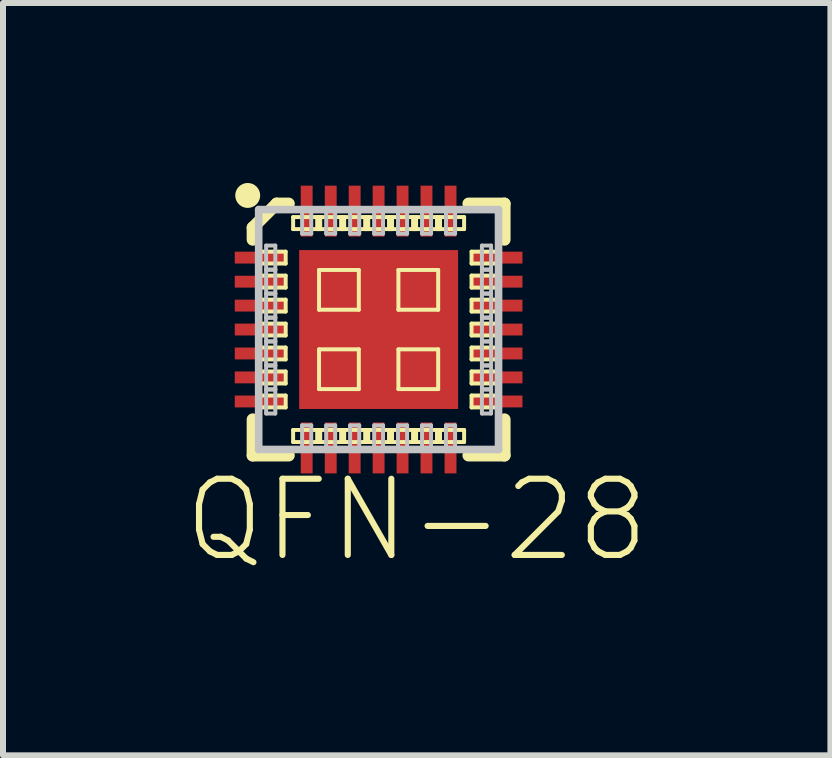
<source format=kicad_pcb>
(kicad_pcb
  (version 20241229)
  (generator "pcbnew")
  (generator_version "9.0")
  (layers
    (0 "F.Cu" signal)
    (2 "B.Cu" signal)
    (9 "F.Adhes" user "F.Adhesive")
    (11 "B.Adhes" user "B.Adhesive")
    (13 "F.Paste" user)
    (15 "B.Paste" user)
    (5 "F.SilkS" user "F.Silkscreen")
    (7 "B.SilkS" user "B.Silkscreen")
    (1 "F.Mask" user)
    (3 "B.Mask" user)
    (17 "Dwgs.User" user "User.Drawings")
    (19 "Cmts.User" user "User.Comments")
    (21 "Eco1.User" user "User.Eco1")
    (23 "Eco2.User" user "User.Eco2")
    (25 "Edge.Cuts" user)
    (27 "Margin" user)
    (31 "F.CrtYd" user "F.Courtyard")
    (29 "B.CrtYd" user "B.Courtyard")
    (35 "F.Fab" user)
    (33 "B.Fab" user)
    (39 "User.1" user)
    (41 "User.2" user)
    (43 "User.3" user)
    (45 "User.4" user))
  (footprint "QFN-28"
    (layer "F.Cu")
    (at 3.261 2.443)
    (property "Reference" "QFN-28" (at 0.635 3.175 0) (layer "F.SilkS") (effects (font (size 1.27 1.27) (thickness 0.102))))
    (attr smd)
    (fp_line (start -2.098 -1.699) (end -2.098 -1.499) (stroke (width 0.203) (type solid)) (layer "F.SilkS"))
    (fp_line (start -2.098 -1.699) (end -1.699 -2.098) (stroke (width 0.203) (type solid)) (layer "F.SilkS"))
    (fp_line (start -2.098 2.098) (end -2.098 1.499) (stroke (width 0.203) (type solid)) (layer "F.SilkS"))
    (fp_line (start -2.098 2.098) (end -1.499 2.098) (stroke (width 0.203) (type solid)) (layer "F.SilkS"))
    (fp_line (start -1.999 -1.298) (end -1.549 -1.298) (stroke (width 0.066) (type solid)) (layer "F.SilkS"))
    (fp_line (start -1.999 -1.1) (end -1.999 -1.298) (stroke (width 0.066) (type solid)) (layer "F.SilkS"))
    (fp_line (start -1.999 -1.1) (end -1.549 -1.1) (stroke (width 0.066) (type solid)) (layer "F.SilkS"))
    (fp_line (start -1.999 -0.899) (end -1.549 -0.899) (stroke (width 0.066) (type solid)) (layer "F.SilkS"))
    (fp_line (start -1.999 -0.699) (end -1.999 -0.899) (stroke (width 0.066) (type solid)) (layer "F.SilkS"))
    (fp_line (start -1.999 -0.699) (end -1.549 -0.699) (stroke (width 0.066) (type solid)) (layer "F.SilkS"))
    (fp_line (start -1.999 -0.498) (end -1.549 -0.498) (stroke (width 0.066) (type solid)) (layer "F.SilkS"))
    (fp_line (start -1.999 -0.3) (end -1.999 -0.498) (stroke (width 0.066) (type solid)) (layer "F.SilkS"))
    (fp_line (start -1.999 -0.3) (end -1.549 -0.3) (stroke (width 0.066) (type solid)) (layer "F.SilkS"))
    (fp_line (start -1.999 -0.099) (end -1.549 -0.099) (stroke (width 0.066) (type solid)) (layer "F.SilkS"))
    (fp_line (start -1.999 0.099) (end -1.999 -0.099) (stroke (width 0.066) (type solid)) (layer "F.SilkS"))
    (fp_line (start -1.999 0.099) (end -1.549 0.099) (stroke (width 0.066) (type solid)) (layer "F.SilkS"))
    (fp_line (start -1.999 0.3) (end -1.549 0.3) (stroke (width 0.066) (type solid)) (layer "F.SilkS"))
    (fp_line (start -1.999 0.498) (end -1.999 0.3) (stroke (width 0.066) (type solid)) (layer "F.SilkS"))
    (fp_line (start -1.999 0.498) (end -1.549 0.498) (stroke (width 0.066) (type solid)) (layer "F.SilkS"))
    (fp_line (start -1.999 0.699) (end -1.549 0.699) (stroke (width 0.066) (type solid)) (layer "F.SilkS"))
    (fp_line (start -1.999 0.899) (end -1.999 0.699) (stroke (width 0.066) (type solid)) (layer "F.SilkS"))
    (fp_line (start -1.999 0.899) (end -1.549 0.899) (stroke (width 0.066) (type solid)) (layer "F.SilkS"))
    (fp_line (start -1.999 1.1) (end -1.549 1.1) (stroke (width 0.066) (type solid)) (layer "F.SilkS"))
    (fp_line (start -1.999 1.298) (end -1.999 1.1) (stroke (width 0.066) (type solid)) (layer "F.SilkS"))
    (fp_line (start -1.999 1.298) (end -1.549 1.298) (stroke (width 0.066) (type solid)) (layer "F.SilkS"))
    (fp_line (start -1.699 -2.098) (end -1.499 -2.098) (stroke (width 0.203) (type solid)) (layer "F.SilkS"))
    (fp_line (start -1.549 -1.1) (end -1.549 -1.298) (stroke (width 0.066) (type solid)) (layer "F.SilkS"))
    (fp_line (start -1.549 -0.699) (end -1.549 -0.899) (stroke (width 0.066) (type solid)) (layer "F.SilkS"))
    (fp_line (start -1.549 -0.3) (end -1.549 -0.498) (stroke (width 0.066) (type solid)) (layer "F.SilkS"))
    (fp_line (start -1.549 0.099) (end -1.549 -0.099) (stroke (width 0.066) (type solid)) (layer "F.SilkS"))
    (fp_line (start -1.549 0.498) (end -1.549 0.3) (stroke (width 0.066) (type solid)) (layer "F.SilkS"))
    (fp_line (start -1.549 0.899) (end -1.549 0.699) (stroke (width 0.066) (type solid)) (layer "F.SilkS"))
    (fp_line (start -1.549 1.298) (end -1.549 1.1) (stroke (width 0.066) (type solid)) (layer "F.SilkS"))
    (fp_line (start -1.425 -1.875) (end -0.973 -1.875) (stroke (width 0.066) (type solid)) (layer "F.SilkS"))
    (fp_line (start -1.425 -1.674) (end -1.425 -1.875) (stroke (width 0.066) (type solid)) (layer "F.SilkS"))
    (fp_line (start -1.425 -1.674) (end -0.973 -1.674) (stroke (width 0.066) (type solid)) (layer "F.SilkS"))
    (fp_line (start -1.425 1.674) (end -0.973 1.674) (stroke (width 0.066) (type solid)) (layer "F.SilkS"))
    (fp_line (start -1.425 1.875) (end -1.425 1.674) (stroke (width 0.066) (type solid)) (layer "F.SilkS"))
    (fp_line (start -1.425 1.875) (end -0.973 1.875) (stroke (width 0.066) (type solid)) (layer "F.SilkS"))
    (fp_line (start -1.024 -1.875) (end -0.574 -1.875) (stroke (width 0.066) (type solid)) (layer "F.SilkS"))
    (fp_line (start -1.024 -1.674) (end -1.024 -1.875) (stroke (width 0.066) (type solid)) (layer "F.SilkS"))
    (fp_line (start -1.024 -1.674) (end -0.574 -1.674) (stroke (width 0.066) (type solid)) (layer "F.SilkS"))
    (fp_line (start -1.024 1.674) (end -0.574 1.674) (stroke (width 0.066) (type solid)) (layer "F.SilkS"))
    (fp_line (start -1.024 1.875) (end -1.024 1.674) (stroke (width 0.066) (type solid)) (layer "F.SilkS"))
    (fp_line (start -1.024 1.875) (end -0.574 1.875) (stroke (width 0.066) (type solid)) (layer "F.SilkS"))
    (fp_line (start -0.993 -0.993) (end -0.33 -0.993) (stroke (width 0.066) (type solid)) (layer "F.SilkS"))
    (fp_line (start -0.993 -0.33) (end -0.993 -0.993) (stroke (width 0.066) (type solid)) (layer "F.SilkS"))
    (fp_line (start -0.993 -0.33) (end -0.33 -0.33) (stroke (width 0.066) (type solid)) (layer "F.SilkS"))
    (fp_line (start -0.993 0.33) (end -0.33 0.33) (stroke (width 0.066) (type solid)) (layer "F.SilkS"))
    (fp_line (start -0.993 0.993) (end -0.993 0.33) (stroke (width 0.066) (type solid)) (layer "F.SilkS"))
    (fp_line (start -0.993 0.993) (end -0.33 0.993) (stroke (width 0.066) (type solid)) (layer "F.SilkS"))
    (fp_line (start -0.973 -1.674) (end -0.973 -1.875) (stroke (width 0.066) (type solid)) (layer "F.SilkS"))
    (fp_line (start -0.973 1.875) (end -0.973 1.674) (stroke (width 0.066) (type solid)) (layer "F.SilkS"))
    (fp_line (start -0.625 -1.875) (end -0.173 -1.875) (stroke (width 0.066) (type solid)) (layer "F.SilkS"))
    (fp_line (start -0.625 -1.674) (end -0.625 -1.875) (stroke (width 0.066) (type solid)) (layer "F.SilkS"))
    (fp_line (start -0.625 -1.674) (end -0.173 -1.674) (stroke (width 0.066) (type solid)) (layer "F.SilkS"))
    (fp_line (start -0.625 1.674) (end -0.173 1.674) (stroke (width 0.066) (type solid)) (layer "F.SilkS"))
    (fp_line (start -0.625 1.875) (end -0.625 1.674) (stroke (width 0.066) (type solid)) (layer "F.SilkS"))
    (fp_line (start -0.625 1.875) (end -0.173 1.875) (stroke (width 0.066) (type solid)) (layer "F.SilkS"))
    (fp_line (start -0.574 -1.674) (end -0.574 -1.875) (stroke (width 0.066) (type solid)) (layer "F.SilkS"))
    (fp_line (start -0.574 1.875) (end -0.574 1.674) (stroke (width 0.066) (type solid)) (layer "F.SilkS"))
    (fp_line (start -0.33 -0.33) (end -0.33 -0.993) (stroke (width 0.066) (type solid)) (layer "F.SilkS"))
    (fp_line (start -0.33 0.993) (end -0.33 0.33) (stroke (width 0.066) (type solid)) (layer "F.SilkS"))
    (fp_line (start -0.224 -1.875) (end 0.224 -1.875) (stroke (width 0.066) (type solid)) (layer "F.SilkS"))
    (fp_line (start -0.224 -1.674) (end -0.224 -1.875) (stroke (width 0.066) (type solid)) (layer "F.SilkS"))
    (fp_line (start -0.224 -1.674) (end 0.224 -1.674) (stroke (width 0.066) (type solid)) (layer "F.SilkS"))
    (fp_line (start -0.224 1.674) (end 0.224 1.674) (stroke (width 0.066) (type solid)) (layer "F.SilkS"))
    (fp_line (start -0.224 1.875) (end -0.224 1.674) (stroke (width 0.066) (type solid)) (layer "F.SilkS"))
    (fp_line (start -0.224 1.875) (end 0.224 1.875) (stroke (width 0.066) (type solid)) (layer "F.SilkS"))
    (fp_line (start -0.173 -1.674) (end -0.173 -1.875) (stroke (width 0.066) (type solid)) (layer "F.SilkS"))
    (fp_line (start -0.173 1.875) (end -0.173 1.674) (stroke (width 0.066) (type solid)) (layer "F.SilkS"))
    (fp_line (start 0.173 -1.875) (end 0.625 -1.875) (stroke (width 0.066) (type solid)) (layer "F.SilkS"))
    (fp_line (start 0.173 -1.674) (end 0.173 -1.875) (stroke (width 0.066) (type solid)) (layer "F.SilkS"))
    (fp_line (start 0.173 -1.674) (end 0.625 -1.674) (stroke (width 0.066) (type solid)) (layer "F.SilkS"))
    (fp_line (start 0.173 1.674) (end 0.625 1.674) (stroke (width 0.066) (type solid)) (layer "F.SilkS"))
    (fp_line (start 0.173 1.875) (end 0.173 1.674) (stroke (width 0.066) (type solid)) (layer "F.SilkS"))
    (fp_line (start 0.173 1.875) (end 0.625 1.875) (stroke (width 0.066) (type solid)) (layer "F.SilkS"))
    (fp_line (start 0.224 -1.674) (end 0.224 -1.875) (stroke (width 0.066) (type solid)) (layer "F.SilkS"))
    (fp_line (start 0.224 1.875) (end 0.224 1.674) (stroke (width 0.066) (type solid)) (layer "F.SilkS"))
    (fp_line (start 0.33 -0.993) (end 0.993 -0.993) (stroke (width 0.066) (type solid)) (layer "F.SilkS"))
    (fp_line (start 0.33 -0.33) (end 0.33 -0.993) (stroke (width 0.066) (type solid)) (layer "F.SilkS"))
    (fp_line (start 0.33 -0.33) (end 0.993 -0.33) (stroke (width 0.066) (type solid)) (layer "F.SilkS"))
    (fp_line (start 0.33 0.33) (end 0.993 0.33) (stroke (width 0.066) (type solid)) (layer "F.SilkS"))
    (fp_line (start 0.33 0.993) (end 0.33 0.33) (stroke (width 0.066) (type solid)) (layer "F.SilkS"))
    (fp_line (start 0.33 0.993) (end 0.993 0.993) (stroke (width 0.066) (type solid)) (layer "F.SilkS"))
    (fp_line (start 0.574 -1.875) (end 1.024 -1.875) (stroke (width 0.066) (type solid)) (layer "F.SilkS"))
    (fp_line (start 0.574 -1.674) (end 0.574 -1.875) (stroke (width 0.066) (type solid)) (layer "F.SilkS"))
    (fp_line (start 0.574 -1.674) (end 1.024 -1.674) (stroke (width 0.066) (type solid)) (layer "F.SilkS"))
    (fp_line (start 0.574 1.674) (end 1.024 1.674) (stroke (width 0.066) (type solid)) (layer "F.SilkS"))
    (fp_line (start 0.574 1.875) (end 0.574 1.674) (stroke (width 0.066) (type solid)) (layer "F.SilkS"))
    (fp_line (start 0.574 1.875) (end 1.024 1.875) (stroke (width 0.066) (type solid)) (layer "F.SilkS"))
    (fp_line (start 0.625 -1.674) (end 0.625 -1.875) (stroke (width 0.066) (type solid)) (layer "F.SilkS"))
    (fp_line (start 0.625 1.875) (end 0.625 1.674) (stroke (width 0.066) (type solid)) (layer "F.SilkS"))
    (fp_line (start 0.973 -1.875) (end 1.425 -1.875) (stroke (width 0.066) (type solid)) (layer "F.SilkS"))
    (fp_line (start 0.973 -1.674) (end 0.973 -1.875) (stroke (width 0.066) (type solid)) (layer "F.SilkS"))
    (fp_line (start 0.973 -1.674) (end 1.425 -1.674) (stroke (width 0.066) (type solid)) (layer "F.SilkS"))
    (fp_line (start 0.973 1.674) (end 1.425 1.674) (stroke (width 0.066) (type solid)) (layer "F.SilkS"))
    (fp_line (start 0.973 1.875) (end 0.973 1.674) (stroke (width 0.066) (type solid)) (layer "F.SilkS"))
    (fp_line (start 0.973 1.875) (end 1.425 1.875) (stroke (width 0.066) (type solid)) (layer "F.SilkS"))
    (fp_line (start 0.993 -0.33) (end 0.993 -0.993) (stroke (width 0.066) (type solid)) (layer "F.SilkS"))
    (fp_line (start 0.993 0.993) (end 0.993 0.33) (stroke (width 0.066) (type solid)) (layer "F.SilkS"))
    (fp_line (start 1.024 -1.674) (end 1.024 -1.875) (stroke (width 0.066) (type solid)) (layer "F.SilkS"))
    (fp_line (start 1.024 1.875) (end 1.024 1.674) (stroke (width 0.066) (type solid)) (layer "F.SilkS"))
    (fp_line (start 1.425 -1.674) (end 1.425 -1.875) (stroke (width 0.066) (type solid)) (layer "F.SilkS"))
    (fp_line (start 1.425 1.875) (end 1.425 1.674) (stroke (width 0.066) (type solid)) (layer "F.SilkS"))
    (fp_line (start 1.549 -1.298) (end 1.999 -1.298) (stroke (width 0.066) (type solid)) (layer "F.SilkS"))
    (fp_line (start 1.549 -1.1) (end 1.549 -1.298) (stroke (width 0.066) (type solid)) (layer "F.SilkS"))
    (fp_line (start 1.549 -1.1) (end 1.999 -1.1) (stroke (width 0.066) (type solid)) (layer "F.SilkS"))
    (fp_line (start 1.549 -0.899) (end 1.999 -0.899) (stroke (width 0.066) (type solid)) (layer "F.SilkS"))
    (fp_line (start 1.549 -0.699) (end 1.549 -0.899) (stroke (width 0.066) (type solid)) (layer "F.SilkS"))
    (fp_line (start 1.549 -0.699) (end 1.999 -0.699) (stroke (width 0.066) (type solid)) (layer "F.SilkS"))
    (fp_line (start 1.549 -0.498) (end 1.999 -0.498) (stroke (width 0.066) (type solid)) (layer "F.SilkS"))
    (fp_line (start 1.549 -0.3) (end 1.549 -0.498) (stroke (width 0.066) (type solid)) (layer "F.SilkS"))
    (fp_line (start 1.549 -0.3) (end 1.999 -0.3) (stroke (width 0.066) (type solid)) (layer "F.SilkS"))
    (fp_line (start 1.549 -0.099) (end 1.999 -0.099) (stroke (width 0.066) (type solid)) (layer "F.SilkS"))
    (fp_line (start 1.549 0.099) (end 1.549 -0.099) (stroke (width 0.066) (type solid)) (layer "F.SilkS"))
    (fp_line (start 1.549 0.099) (end 1.999 0.099) (stroke (width 0.066) (type solid)) (layer "F.SilkS"))
    (fp_line (start 1.549 0.3) (end 1.999 0.3) (stroke (width 0.066) (type solid)) (layer "F.SilkS"))
    (fp_line (start 1.549 0.498) (end 1.549 0.3) (stroke (width 0.066) (type solid)) (layer "F.SilkS"))
    (fp_line (start 1.549 0.498) (end 1.999 0.498) (stroke (width 0.066) (type solid)) (layer "F.SilkS"))
    (fp_line (start 1.549 0.699) (end 1.999 0.699) (stroke (width 0.066) (type solid)) (layer "F.SilkS"))
    (fp_line (start 1.549 0.899) (end 1.549 0.699) (stroke (width 0.066) (type solid)) (layer "F.SilkS"))
    (fp_line (start 1.549 0.899) (end 1.999 0.899) (stroke (width 0.066) (type solid)) (layer "F.SilkS"))
    (fp_line (start 1.549 1.1) (end 1.999 1.1) (stroke (width 0.066) (type solid)) (layer "F.SilkS"))
    (fp_line (start 1.549 1.298) (end 1.549 1.1) (stroke (width 0.066) (type solid)) (layer "F.SilkS"))
    (fp_line (start 1.549 1.298) (end 1.999 1.298) (stroke (width 0.066) (type solid)) (layer "F.SilkS"))
    (fp_line (start 1.999 -1.1) (end 1.999 -1.298) (stroke (width 0.066) (type solid)) (layer "F.SilkS"))
    (fp_line (start 1.999 -0.699) (end 1.999 -0.899) (stroke (width 0.066) (type solid)) (layer "F.SilkS"))
    (fp_line (start 1.999 -0.3) (end 1.999 -0.498) (stroke (width 0.066) (type solid)) (layer "F.SilkS"))
    (fp_line (start 1.999 0.099) (end 1.999 -0.099) (stroke (width 0.066) (type solid)) (layer "F.SilkS"))
    (fp_line (start 1.999 0.498) (end 1.999 0.3) (stroke (width 0.066) (type solid)) (layer "F.SilkS"))
    (fp_line (start 1.999 0.899) (end 1.999 0.699) (stroke (width 0.066) (type solid)) (layer "F.SilkS"))
    (fp_line (start 1.999 1.298) (end 1.999 1.1) (stroke (width 0.066) (type solid)) (layer "F.SilkS"))
    (fp_line (start 2.098 -2.098) (end 1.499 -2.098) (stroke (width 0.203) (type solid)) (layer "F.SilkS"))
    (fp_line (start 2.098 -2.098) (end 2.098 -1.499) (stroke (width 0.203) (type solid)) (layer "F.SilkS"))
    (fp_line (start 2.098 2.098) (end 1.499 2.098) (stroke (width 0.203) (type solid)) (layer "F.SilkS"))
    (fp_line (start 2.098 2.098) (end 2.098 1.499) (stroke (width 0.203) (type solid)) (layer "F.SilkS"))
    (fp_circle (center -2.182 -2.235) (end -2.182 -2.443) (stroke (width 0) (type solid)) (fill yes) (layer "F.SilkS"))
    (fp_line (start -1.999 -1.999) (end 1.999 -1.999) (stroke (width 0.127) (type solid)) (layer "Dwgs.User"))
    (fp_line (start -1.999 1.999) (end -1.999 -1.999) (stroke (width 0.127) (type solid)) (layer "Dwgs.User"))
    (fp_line (start -1.875 -1.4) (end -1.722 -1.4) (stroke (width 0.066) (type solid)) (layer "Dwgs.User"))
    (fp_line (start -1.875 -0.998) (end -1.875 -1.4) (stroke (width 0.066) (type solid)) (layer "Dwgs.User"))
    (fp_line (start -1.875 -0.998) (end -1.722 -0.998) (stroke (width 0.066) (type solid)) (layer "Dwgs.User"))
    (fp_line (start -1.875 -0.998) (end -1.722 -0.998) (stroke (width 0.066) (type solid)) (layer "Dwgs.User"))
    (fp_line (start -1.875 -0.599) (end -1.875 -0.998) (stroke (width 0.066) (type solid)) (layer "Dwgs.User"))
    (fp_line (start -1.875 -0.599) (end -1.722 -0.599) (stroke (width 0.066) (type solid)) (layer "Dwgs.User"))
    (fp_line (start -1.875 -0.599) (end -1.722 -0.599) (stroke (width 0.066) (type solid)) (layer "Dwgs.User"))
    (fp_line (start -1.875 -0.198) (end -1.875 -0.599) (stroke (width 0.066) (type solid)) (layer "Dwgs.User"))
    (fp_line (start -1.875 -0.198) (end -1.722 -0.198) (stroke (width 0.066) (type solid)) (layer "Dwgs.User"))
    (fp_line (start -1.875 -0.198) (end -1.722 -0.198) (stroke (width 0.066) (type solid)) (layer "Dwgs.User"))
    (fp_line (start -1.875 0.198) (end -1.875 -0.198) (stroke (width 0.066) (type solid)) (layer "Dwgs.User"))
    (fp_line (start -1.875 0.198) (end -1.722 0.198) (stroke (width 0.066) (type solid)) (layer "Dwgs.User"))
    (fp_line (start -1.875 0.198) (end -1.722 0.198) (stroke (width 0.066) (type solid)) (layer "Dwgs.User"))
    (fp_line (start -1.875 0.599) (end -1.875 0.198) (stroke (width 0.066) (type solid)) (layer "Dwgs.User"))
    (fp_line (start -1.875 0.599) (end -1.722 0.599) (stroke (width 0.066) (type solid)) (layer "Dwgs.User"))
    (fp_line (start -1.875 0.599) (end -1.722 0.599) (stroke (width 0.066) (type solid)) (layer "Dwgs.User"))
    (fp_line (start -1.875 0.998) (end -1.875 0.599) (stroke (width 0.066) (type solid)) (layer "Dwgs.User"))
    (fp_line (start -1.875 0.998) (end -1.722 0.998) (stroke (width 0.066) (type solid)) (layer "Dwgs.User"))
    (fp_line (start -1.875 0.998) (end -1.722 0.998) (stroke (width 0.066) (type solid)) (layer "Dwgs.User"))
    (fp_line (start -1.875 1.4) (end -1.875 0.998) (stroke (width 0.066) (type solid)) (layer "Dwgs.User"))
    (fp_line (start -1.875 1.4) (end -1.722 1.4) (stroke (width 0.066) (type solid)) (layer "Dwgs.User"))
    (fp_line (start -1.722 -0.998) (end -1.722 -1.4) (stroke (width 0.066) (type solid)) (layer "Dwgs.User"))
    (fp_line (start -1.722 -0.599) (end -1.722 -0.998) (stroke (width 0.066) (type solid)) (layer "Dwgs.User"))
    (fp_line (start -1.722 -0.198) (end -1.722 -0.599) (stroke (width 0.066) (type solid)) (layer "Dwgs.User"))
    (fp_line (start -1.722 0.198) (end -1.722 -0.198) (stroke (width 0.066) (type solid)) (layer "Dwgs.User"))
    (fp_line (start -1.722 0.599) (end -1.722 0.198) (stroke (width 0.066) (type solid)) (layer "Dwgs.User"))
    (fp_line (start -1.722 0.998) (end -1.722 0.599) (stroke (width 0.066) (type solid)) (layer "Dwgs.User"))
    (fp_line (start -1.722 1.4) (end -1.722 0.998) (stroke (width 0.066) (type solid)) (layer "Dwgs.User"))
    (fp_line (start -1.275 -1.999) (end -1.123 -1.999) (stroke (width 0.066) (type solid)) (layer "Dwgs.User"))
    (fp_line (start -1.275 -1.598) (end -1.275 -1.999) (stroke (width 0.066) (type solid)) (layer "Dwgs.User"))
    (fp_line (start -1.275 -1.598) (end -1.123 -1.598) (stroke (width 0.066) (type solid)) (layer "Dwgs.User"))
    (fp_line (start -1.275 1.598) (end -1.123 1.598) (stroke (width 0.066) (type solid)) (layer "Dwgs.User"))
    (fp_line (start -1.275 1.999) (end -1.275 1.598) (stroke (width 0.066) (type solid)) (layer "Dwgs.User"))
    (fp_line (start -1.275 1.999) (end -1.123 1.999) (stroke (width 0.066) (type solid)) (layer "Dwgs.User"))
    (fp_line (start -1.123 -1.598) (end -1.123 -1.999) (stroke (width 0.066) (type solid)) (layer "Dwgs.User"))
    (fp_line (start -1.123 1.999) (end -1.123 1.598) (stroke (width 0.066) (type solid)) (layer "Dwgs.User"))
    (fp_line (start -0.874 -1.999) (end -0.724 -1.999) (stroke (width 0.066) (type solid)) (layer "Dwgs.User"))
    (fp_line (start -0.874 -1.598) (end -0.874 -1.999) (stroke (width 0.066) (type solid)) (layer "Dwgs.User"))
    (fp_line (start -0.874 -1.598) (end -0.724 -1.598) (stroke (width 0.066) (type solid)) (layer "Dwgs.User"))
    (fp_line (start -0.874 1.598) (end -0.724 1.598) (stroke (width 0.066) (type solid)) (layer "Dwgs.User"))
    (fp_line (start -0.874 1.999) (end -0.874 1.598) (stroke (width 0.066) (type solid)) (layer "Dwgs.User"))
    (fp_line (start -0.874 1.999) (end -0.724 1.999) (stroke (width 0.066) (type solid)) (layer "Dwgs.User"))
    (fp_line (start -0.724 -1.598) (end -0.724 -1.999) (stroke (width 0.066) (type solid)) (layer "Dwgs.User"))
    (fp_line (start -0.724 1.999) (end -0.724 1.598) (stroke (width 0.066) (type solid)) (layer "Dwgs.User"))
    (fp_line (start -0.475 -1.999) (end -0.323 -1.999) (stroke (width 0.066) (type solid)) (layer "Dwgs.User"))
    (fp_line (start -0.475 -1.598) (end -0.475 -1.999) (stroke (width 0.066) (type solid)) (layer "Dwgs.User"))
    (fp_line (start -0.475 -1.598) (end -0.323 -1.598) (stroke (width 0.066) (type solid)) (layer "Dwgs.User"))
    (fp_line (start -0.475 1.598) (end -0.323 1.598) (stroke (width 0.066) (type solid)) (layer "Dwgs.User"))
    (fp_line (start -0.475 1.999) (end -0.475 1.598) (stroke (width 0.066) (type solid)) (layer "Dwgs.User"))
    (fp_line (start -0.475 1.999) (end -0.323 1.999) (stroke (width 0.066) (type solid)) (layer "Dwgs.User"))
    (fp_line (start -0.323 -1.598) (end -0.323 -1.999) (stroke (width 0.066) (type solid)) (layer "Dwgs.User"))
    (fp_line (start -0.323 1.999) (end -0.323 1.598) (stroke (width 0.066) (type solid)) (layer "Dwgs.User"))
    (fp_line (start -0.074 -1.999) (end 0.074 -1.999) (stroke (width 0.066) (type solid)) (layer "Dwgs.User"))
    (fp_line (start -0.074 -1.598) (end -0.074 -1.999) (stroke (width 0.066) (type solid)) (layer "Dwgs.User"))
    (fp_line (start -0.074 -1.598) (end 0.074 -1.598) (stroke (width 0.066) (type solid)) (layer "Dwgs.User"))
    (fp_line (start -0.074 1.598) (end 0.074 1.598) (stroke (width 0.066) (type solid)) (layer "Dwgs.User"))
    (fp_line (start -0.074 1.999) (end -0.074 1.598) (stroke (width 0.066) (type solid)) (layer "Dwgs.User"))
    (fp_line (start -0.074 1.999) (end 0.074 1.999) (stroke (width 0.066) (type solid)) (layer "Dwgs.User"))
    (fp_line (start 0.074 -1.598) (end 0.074 -1.999) (stroke (width 0.066) (type solid)) (layer "Dwgs.User"))
    (fp_line (start 0.074 1.999) (end 0.074 1.598) (stroke (width 0.066) (type solid)) (layer "Dwgs.User"))
    (fp_line (start 0.323 -1.999) (end 0.475 -1.999) (stroke (width 0.066) (type solid)) (layer "Dwgs.User"))
    (fp_line (start 0.323 -1.598) (end 0.323 -1.999) (stroke (width 0.066) (type solid)) (layer "Dwgs.User"))
    (fp_line (start 0.323 -1.598) (end 0.475 -1.598) (stroke (width 0.066) (type solid)) (layer "Dwgs.User"))
    (fp_line (start 0.323 1.598) (end 0.475 1.598) (stroke (width 0.066) (type solid)) (layer "Dwgs.User"))
    (fp_line (start 0.323 1.999) (end 0.323 1.598) (stroke (width 0.066) (type solid)) (layer "Dwgs.User"))
    (fp_line (start 0.323 1.999) (end 0.475 1.999) (stroke (width 0.066) (type solid)) (layer "Dwgs.User"))
    (fp_line (start 0.475 -1.598) (end 0.475 -1.999) (stroke (width 0.066) (type solid)) (layer "Dwgs.User"))
    (fp_line (start 0.475 1.999) (end 0.475 1.598) (stroke (width 0.066) (type solid)) (layer "Dwgs.User"))
    (fp_line (start 0.724 -1.999) (end 0.874 -1.999) (stroke (width 0.066) (type solid)) (layer "Dwgs.User"))
    (fp_line (start 0.724 -1.598) (end 0.724 -1.999) (stroke (width 0.066) (type solid)) (layer "Dwgs.User"))
    (fp_line (start 0.724 -1.598) (end 0.874 -1.598) (stroke (width 0.066) (type solid)) (layer "Dwgs.User"))
    (fp_line (start 0.724 1.598) (end 0.874 1.598) (stroke (width 0.066) (type solid)) (layer "Dwgs.User"))
    (fp_line (start 0.724 1.999) (end 0.724 1.598) (stroke (width 0.066) (type solid)) (layer "Dwgs.User"))
    (fp_line (start 0.724 1.999) (end 0.874 1.999) (stroke (width 0.066) (type solid)) (layer "Dwgs.User"))
    (fp_line (start 0.874 -1.598) (end 0.874 -1.999) (stroke (width 0.066) (type solid)) (layer "Dwgs.User"))
    (fp_line (start 0.874 1.999) (end 0.874 1.598) (stroke (width 0.066) (type solid)) (layer "Dwgs.User"))
    (fp_line (start 1.123 -1.999) (end 1.275 -1.999) (stroke (width 0.066) (type solid)) (layer "Dwgs.User"))
    (fp_line (start 1.123 -1.598) (end 1.123 -1.999) (stroke (width 0.066) (type solid)) (layer "Dwgs.User"))
    (fp_line (start 1.123 -1.598) (end 1.275 -1.598) (stroke (width 0.066) (type solid)) (layer "Dwgs.User"))
    (fp_line (start 1.123 1.598) (end 1.275 1.598) (stroke (width 0.066) (type solid)) (layer "Dwgs.User"))
    (fp_line (start 1.123 1.999) (end 1.123 1.598) (stroke (width 0.066) (type solid)) (layer "Dwgs.User"))
    (fp_line (start 1.123 1.999) (end 1.275 1.999) (stroke (width 0.066) (type solid)) (layer "Dwgs.User"))
    (fp_line (start 1.275 -1.598) (end 1.275 -1.999) (stroke (width 0.066) (type solid)) (layer "Dwgs.User"))
    (fp_line (start 1.275 1.999) (end 1.275 1.598) (stroke (width 0.066) (type solid)) (layer "Dwgs.User"))
    (fp_line (start 1.722 -1.4) (end 1.875 -1.4) (stroke (width 0.066) (type solid)) (layer "Dwgs.User"))
    (fp_line (start 1.722 -0.998) (end 1.722 -1.4) (stroke (width 0.066) (type solid)) (layer "Dwgs.User"))
    (fp_line (start 1.722 -0.998) (end 1.875 -0.998) (stroke (width 0.066) (type solid)) (layer "Dwgs.User"))
    (fp_line (start 1.722 -0.998) (end 1.875 -0.998) (stroke (width 0.066) (type solid)) (layer "Dwgs.User"))
    (fp_line (start 1.722 -0.599) (end 1.722 -0.998) (stroke (width 0.066) (type solid)) (layer "Dwgs.User"))
    (fp_line (start 1.722 -0.599) (end 1.875 -0.599) (stroke (width 0.066) (type solid)) (layer "Dwgs.User"))
    (fp_line (start 1.722 -0.599) (end 1.875 -0.599) (stroke (width 0.066) (type solid)) (layer "Dwgs.User"))
    (fp_line (start 1.722 -0.198) (end 1.722 -0.599) (stroke (width 0.066) (type solid)) (layer "Dwgs.User"))
    (fp_line (start 1.722 -0.198) (end 1.875 -0.198) (stroke (width 0.066) (type solid)) (layer "Dwgs.User"))
    (fp_line (start 1.722 -0.198) (end 1.875 -0.198) (stroke (width 0.066) (type solid)) (layer "Dwgs.User"))
    (fp_line (start 1.722 0.198) (end 1.722 -0.198) (stroke (width 0.066) (type solid)) (layer "Dwgs.User"))
    (fp_line (start 1.722 0.198) (end 1.875 0.198) (stroke (width 0.066) (type solid)) (layer "Dwgs.User"))
    (fp_line (start 1.722 0.198) (end 1.875 0.198) (stroke (width 0.066) (type solid)) (layer "Dwgs.User"))
    (fp_line (start 1.722 0.599) (end 1.722 0.198) (stroke (width 0.066) (type solid)) (layer "Dwgs.User"))
    (fp_line (start 1.722 0.599) (end 1.875 0.599) (stroke (width 0.066) (type solid)) (layer "Dwgs.User"))
    (fp_line (start 1.722 0.599) (end 1.875 0.599) (stroke (width 0.066) (type solid)) (layer "Dwgs.User"))
    (fp_line (start 1.722 0.998) (end 1.722 0.599) (stroke (width 0.066) (type solid)) (layer "Dwgs.User"))
    (fp_line (start 1.722 0.998) (end 1.875 0.998) (stroke (width 0.066) (type solid)) (layer "Dwgs.User"))
    (fp_line (start 1.722 0.998) (end 1.875 0.998) (stroke (width 0.066) (type solid)) (layer "Dwgs.User"))
    (fp_line (start 1.722 1.4) (end 1.722 0.998) (stroke (width 0.066) (type solid)) (layer "Dwgs.User"))
    (fp_line (start 1.722 1.4) (end 1.875 1.4) (stroke (width 0.066) (type solid)) (layer "Dwgs.User"))
    (fp_line (start 1.875 -0.998) (end 1.875 -1.4) (stroke (width 0.066) (type solid)) (layer "Dwgs.User"))
    (fp_line (start 1.875 -0.599) (end 1.875 -0.998) (stroke (width 0.066) (type solid)) (layer "Dwgs.User"))
    (fp_line (start 1.875 -0.198) (end 1.875 -0.599) (stroke (width 0.066) (type solid)) (layer "Dwgs.User"))
    (fp_line (start 1.875 0.198) (end 1.875 -0.198) (stroke (width 0.066) (type solid)) (layer "Dwgs.User"))
    (fp_line (start 1.875 0.599) (end 1.875 0.198) (stroke (width 0.066) (type solid)) (layer "Dwgs.User"))
    (fp_line (start 1.875 0.998) (end 1.875 0.599) (stroke (width 0.066) (type solid)) (layer "Dwgs.User"))
    (fp_line (start 1.875 1.4) (end 1.875 0.998) (stroke (width 0.066) (type solid)) (layer "Dwgs.User"))
    (fp_line (start 1.999 -1.999) (end 1.999 1.999) (stroke (width 0.127) (type solid)) (layer "Dwgs.User"))
    (fp_line (start 1.999 1.999) (end -1.999 1.999) (stroke (width 0.127) (type solid)) (layer "Dwgs.User"))
    (pad "1" smd rect (at -1.974 -1.199) (size 0.848 0.198) (layers "F.Cu" "F.Mask" "F.Paste"))
    (pad "2" smd rect (at -1.974 -0.798) (size 0.848 0.198) (layers "F.Cu" "F.Mask" "F.Paste"))
    (pad "3" smd rect (at -1.974 -0.399) (size 0.848 0.198) (layers "F.Cu" "F.Mask" "F.Paste"))
    (pad "4" smd rect (at -1.974 0) (size 0.848 0.198) (layers "F.Cu" "F.Mask" "F.Paste"))
    (pad "5" smd rect (at -1.974 0.399) (size 0.848 0.198) (layers "F.Cu" "F.Mask" "F.Paste"))
    (pad "6" smd rect (at -1.974 0.798) (size 0.848 0.198) (layers "F.Cu" "F.Mask" "F.Paste"))
    (pad "7" smd rect (at -1.974 1.199) (size 0.848 0.198) (layers "F.Cu" "F.Mask" "F.Paste"))
    (pad "8" smd rect (at -1.199 1.974 90) (size 0.848 0.198) (layers "F.Cu" "F.Mask" "F.Paste"))
    (pad "9" smd rect (at -0.798 1.974 90) (size 0.848 0.198) (layers "F.Cu" "F.Mask" "F.Paste"))
    (pad "10" smd rect (at -0.399 1.974 90) (size 0.848 0.198) (layers "F.Cu" "F.Mask" "F.Paste"))
    (pad "11" smd rect (at 0 1.974 90) (size 0.848 0.198) (layers "F.Cu" "F.Mask" "F.Paste"))
    (pad "12" smd rect (at 0.399 1.974 90) (size 0.848 0.198) (layers "F.Cu" "F.Mask" "F.Paste"))
    (pad "13" smd rect (at 0.798 1.974 90) (size 0.848 0.198) (layers "F.Cu" "F.Mask" "F.Paste"))
    (pad "14" smd rect (at 1.199 1.974 90) (size 0.848 0.198) (layers "F.Cu" "F.Mask" "F.Paste"))
    (pad "15" smd rect (at 1.974 1.199 180) (size 0.848 0.198) (layers "F.Cu" "F.Mask" "F.Paste"))
    (pad "16" smd rect (at 1.974 0.798 180) (size 0.848 0.198) (layers "F.Cu" "F.Mask" "F.Paste"))
    (pad "17" smd rect (at 1.974 0.399 180) (size 0.848 0.198) (layers "F.Cu" "F.Mask" "F.Paste"))
    (pad "18" smd rect (at 1.974 0 180) (size 0.848 0.198) (layers "F.Cu" "F.Mask" "F.Paste"))
    (pad "19" smd rect (at 1.974 -0.399 180) (size 0.848 0.198) (layers "F.Cu" "F.Mask" "F.Paste"))
    (pad "20" smd rect (at 1.974 -0.798 180) (size 0.848 0.198) (layers "F.Cu" "F.Mask" "F.Paste"))
    (pad "21" smd rect (at 1.974 -1.199 180) (size 0.848 0.198) (layers "F.Cu" "F.Mask" "F.Paste"))
    (pad "22" smd rect (at 1.199 -1.974 270) (size 0.848 0.198) (layers "F.Cu" "F.Mask" "F.Paste"))
    (pad "23" smd rect (at 0.798 -1.974 270) (size 0.848 0.198) (layers "F.Cu" "F.Mask" "F.Paste"))
    (pad "24" smd rect (at 0.399 -1.974 270) (size 0.848 0.198) (layers "F.Cu" "F.Mask" "F.Paste"))
    (pad "25" smd rect (at 0 -1.974 270) (size 0.848 0.198) (layers "F.Cu" "F.Mask" "F.Paste"))
    (pad "26" smd rect (at -0.399 -1.974 270) (size 0.848 0.198) (layers "F.Cu" "F.Mask" "F.Paste"))
    (pad "27" smd rect (at -0.798 -1.974 270) (size 0.848 0.198) (layers "F.Cu" "F.Mask" "F.Paste"))
    (pad "28" smd rect (at -1.199 -1.974 270) (size 0.848 0.198) (layers "F.Cu" "F.Mask" "F.Paste"))
    (pad "29" smd rect (at 0 0) (size 2.649 2.649) (layers "F.Cu" "F.Mask" "F.Paste")))
  (gr_rect
    (start -3 -3)
    (end 10.792 9.54)
    (stroke (width 0.1) (type default))
    (fill no)
    (layer "Edge.Cuts")))
</source>
